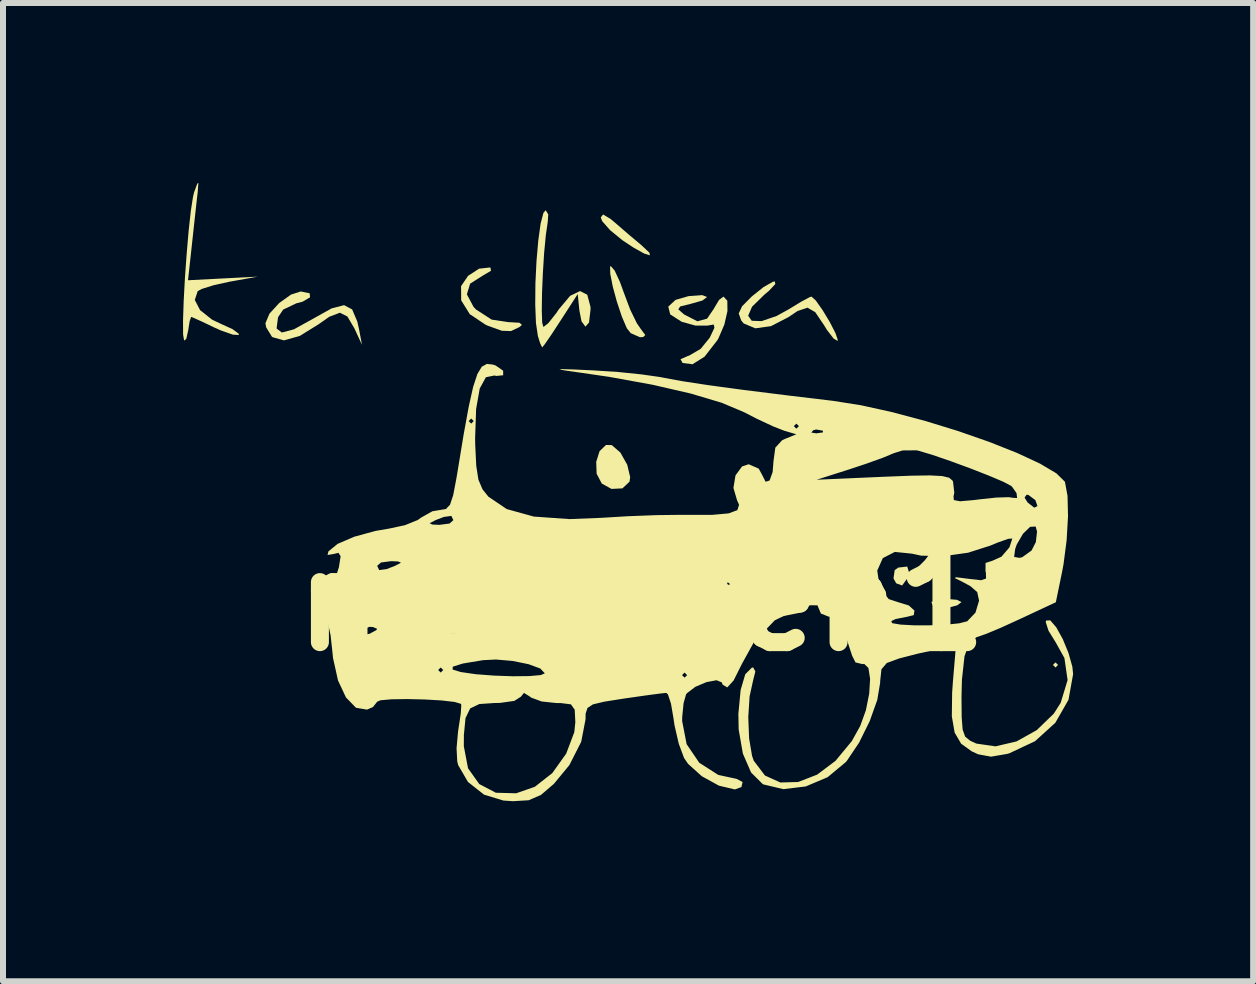
<source format=kicad_pcb>
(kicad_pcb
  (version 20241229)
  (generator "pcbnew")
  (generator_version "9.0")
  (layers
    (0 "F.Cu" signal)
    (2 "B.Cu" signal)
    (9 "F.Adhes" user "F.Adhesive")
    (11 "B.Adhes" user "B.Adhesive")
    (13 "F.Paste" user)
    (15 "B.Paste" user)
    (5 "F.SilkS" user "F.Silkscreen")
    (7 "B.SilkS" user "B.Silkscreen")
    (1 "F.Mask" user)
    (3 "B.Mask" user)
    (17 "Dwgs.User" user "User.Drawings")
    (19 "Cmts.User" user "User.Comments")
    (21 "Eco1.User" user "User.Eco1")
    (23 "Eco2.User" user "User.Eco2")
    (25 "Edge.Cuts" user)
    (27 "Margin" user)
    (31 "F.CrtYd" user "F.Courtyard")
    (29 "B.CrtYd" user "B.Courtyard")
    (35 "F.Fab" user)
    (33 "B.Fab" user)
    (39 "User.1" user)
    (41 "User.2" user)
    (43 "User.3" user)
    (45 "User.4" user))
  (footprint "maqueen1"
    (layer "F.Cu")
    (at 7.638 6.972)
    (property "Reference" "maqueen1" (at 0 0 0) (layer "F.SilkS") (effects (font (size 1.5 1.5) (thickness 0.3))))
    (attr board_only exclude_from_pos_files exclude_from_bom)
    (fp_poly (pts (xy 6.943 1.058) (xy 6.9 1.101) (xy 6.858 1.058) (xy 6.9 1.016)) (stroke (width 0) (type solid)) (fill yes) (layer "F.SilkS"))
    (fp_poly (pts (xy 4.462 -0.476) (xy 4.438 -0.393) (xy 4.345 -0.266) (xy 4.246 -0.302) (xy 4.201 -0.384) (xy 4.221 -0.522) (xy 4.281 -0.564) (xy 4.43 -0.581)) (stroke (width 0) (type solid)) (fill yes) (layer "F.SilkS"))
    (fp_poly (pts (xy 5.258 -0.027) (xy 5.334 0.011) (xy 5.334 0.011) (xy 5.263 0.065) (xy 5.106 0.107) (xy 4.945 0.121) (xy 4.87 0.101) (xy 4.832 0.009) (xy 4.951 -0.036) (xy 5.08 -0.042)) (stroke (width 0) (type solid)) (fill yes) (layer "F.SilkS"))
    (fp_poly (pts (xy -0.494 -2.605) (xy -0.351 -2.482) (xy -0.236 -2.278) (xy -0.187 -2.072) (xy -0.198 -1.995) (xy -0.316 -1.884) (xy -0.499 -1.875) (xy -0.66 -1.964) (xy -0.746 -2.128) (xy -0.753 -2.326) (xy -0.697 -2.504) (xy -0.59 -2.607)) (stroke (width 0) (type solid)) (fill yes) (layer "F.SilkS"))
    (fp_poly (pts (xy -0.514 -6.374) (xy -0.445 -6.316) (xy -0.217 -6.119) (xy 0 -5.937) (xy 0.133 -5.812) (xy 0.142 -5.767) (xy 0.046 -5.797) (xy -0.131 -5.896) (xy -0.318 -6.02) (xy -0.522 -6.187) (xy -0.653 -6.336) (xy -0.677 -6.398) (xy -0.639 -6.448)) (stroke (width 0) (type solid)) (fill yes) (layer "F.SilkS"))
    (fp_poly (pts (xy -0.446 -5.514) (xy -0.358 -5.325) (xy -0.292 -5.144) (xy -0.187 -4.864) (xy -0.076 -4.636) (xy -0.018 -4.551) (xy 0.065 -4.439) (xy 0.028 -4.405) (xy -0.026 -4.403) (xy -0.177 -4.47) (xy -0.242 -4.551) (xy -0.326 -4.747) (xy -0.409 -4.996) (xy -0.478 -5.25) (xy -0.519 -5.461) (xy -0.522 -5.578) (xy -0.51 -5.588)) (stroke (width 0) (type solid)) (fill yes) (layer "F.SilkS"))
    (fp_poly (pts (xy -2.514 -5.561) (xy -2.507 -5.509) (xy -2.63 -5.437) (xy -2.634 -5.435) (xy -2.854 -5.295) (xy -2.908 -5.117) (xy -2.797 -4.908) (xy -2.755 -4.864) (xy -2.495 -4.696) (xy -2.226 -4.655) (xy -2.032 -4.644) (xy -1.99 -4.608) (xy -2.032 -4.572) (xy -2.173 -4.505) (xy -2.325 -4.51) (xy -2.551 -4.591) (xy -2.597 -4.611) (xy -2.86 -4.787) (xy -3.003 -5.017) (xy -3.005 -5.253) (xy -2.888 -5.426) (xy -2.704 -5.545) (xy -2.524 -5.565)) (stroke (width 0) (type solid)) (fill yes) (layer "F.SilkS"))
    (fp_poly (pts (xy -5.528 -5.135) (xy -5.521 -5.068) (xy -5.645 -4.995) (xy -5.751 -4.967) (xy -5.969 -4.863) (xy -6.055 -4.736) (xy -6.079 -4.548) (xy -5.992 -4.481) (xy -5.791 -4.534) (xy -5.474 -4.709) (xy -5.471 -4.711) (xy -5.162 -4.883) (xy -4.954 -4.937) (xy -4.82 -4.866) (xy -4.734 -4.664) (xy -4.704 -4.53) (xy -4.656 -4.276) (xy -4.783 -4.551) (xy -4.899 -4.748) (xy -5.024 -4.811) (xy -5.2 -4.744) (xy -5.378 -4.619) (xy -5.693 -4.424) (xy -5.957 -4.35) (xy -6.146 -4.403) (xy -6.16 -4.416) (xy -6.253 -4.568) (xy -6.265 -4.635) (xy -6.198 -4.795) (xy -6.036 -4.972) (xy -5.839 -5.113) (xy -5.677 -5.165)) (stroke (width 0) (type solid)) (fill yes) (layer "F.SilkS"))
    (fp_poly (pts (xy 1.094 -5.073) (xy 1.019 -5.015) (xy 0.826 -4.96) (xy 0.647 -4.915) (xy 0.614 -4.868) (xy 0.708 -4.785) (xy 0.715 -4.78) (xy 0.933 -4.668) (xy 1.095 -4.712) (xy 1.201 -4.868) (xy 1.294 -5.024) (xy 1.368 -5.08) (xy 1.432 -5.011) (xy 1.434 -4.838) (xy 1.382 -4.612) (xy 1.283 -4.382) (xy 1.262 -4.348) (xy 1.053 -4.079) (xy 0.852 -3.952) (xy 0.686 -3.974) (xy 0.652 -4.036) (xy 0.779 -4.092) (xy 0.795 -4.096) (xy 0.988 -4.209) (xy 1.139 -4.395) (xy 1.217 -4.56) (xy 1.206 -4.614) (xy 1.098 -4.596) (xy 0.903 -4.596) (xy 0.673 -4.659) (xy 0.48 -4.783) (xy 0.448 -4.913) (xy 0.57 -5.025) (xy 0.784 -5.087) (xy 1.014 -5.104)) (stroke (width 0) (type solid)) (fill yes) (layer "F.SilkS"))
    (fp_poly (pts (xy 2.231 -5.288) (xy 2.126 -5.176) (xy 2.053 -5.115) (xy 1.844 -4.911) (xy 1.779 -4.761) (xy 1.838 -4.677) (xy 2.003 -4.671) (xy 2.252 -4.756) (xy 2.455 -4.868) (xy 2.662 -4.994) (xy 2.804 -5.07) (xy 2.834 -5.08) (xy 2.906 -5.015) (xy 3.019 -4.855) (xy 3.139 -4.656) (xy 3.234 -4.471) (xy 3.273 -4.355) (xy 3.269 -4.342) (xy 3.204 -4.379) (xy 3.092 -4.524) (xy 3.043 -4.604) (xy 2.897 -4.82) (xy 2.768 -4.895) (xy 2.602 -4.839) (xy 2.448 -4.736) (xy 2.159 -4.587) (xy 1.898 -4.551) (xy 1.703 -4.633) (xy 1.663 -4.683) (xy 1.622 -4.799) (xy 1.678 -4.919) (xy 1.843 -5.085) (xy 2.035 -5.238) (xy 2.188 -5.325) (xy 2.224 -5.333)) (stroke (width 0) (type solid)) (fill yes) (layer "F.SilkS"))
    (fp_poly (pts (xy -1.552 -6.45) (xy -1.56 -6.329) (xy -1.592 -6.106) (xy -1.621 -5.805) (xy -1.642 -5.467) (xy -1.656 -5.133) (xy -1.66 -4.845) (xy -1.653 -4.645) (xy -1.633 -4.573) (xy -1.55 -4.638) (xy -1.421 -4.801) (xy -1.375 -4.869) (xy -1.188 -5.092) (xy -1.023 -5.172) (xy -0.902 -5.111) (xy -0.848 -4.909) (xy -0.847 -4.868) (xy -0.873 -4.647) (xy -0.933 -4.579) (xy -0.998 -4.668) (xy -1.033 -4.847) (xy -1.061 -5.122) (xy -1.348 -4.678) (xy -1.499 -4.447) (xy -1.61 -4.286) (xy -1.654 -4.233) (xy -1.688 -4.304) (xy -1.725 -4.424) (xy -1.757 -4.639) (xy -1.769 -4.945) (xy -1.766 -5.302) (xy -1.748 -5.672) (xy -1.718 -6.017) (xy -1.679 -6.298) (xy -1.632 -6.476) (xy -1.595 -6.519)) (stroke (width 0) (type solid)) (fill yes) (layer "F.SilkS"))
    (fp_poly (pts (xy -7.393 -6.827) (xy -7.404 -6.731) (xy -7.435 -6.453) (xy -7.473 -6.102) (xy -7.498 -5.872) (xy -7.555 -5.352) (xy -6.974 -5.382) (xy -6.392 -5.412) (xy -6.856 -5.329) (xy -7.126 -5.27) (xy -7.326 -5.207) (xy -7.393 -5.171) (xy -7.442 -5.024) (xy -7.354 -4.854) (xy -7.153 -4.695) (xy -7.01 -4.627) (xy -6.811 -4.536) (xy -6.71 -4.461) (xy -6.708 -4.44) (xy -6.806 -4.445) (xy -6.999 -4.512) (xy -7.12 -4.566) (xy -7.336 -4.669) (xy -7.477 -4.732) (xy -7.503 -4.741) (xy -7.528 -4.669) (xy -7.551 -4.522) (xy -7.584 -4.375) (xy -7.62 -4.346) (xy -7.637 -4.449) (xy -7.638 -4.683) (xy -7.627 -5.011) (xy -7.606 -5.395) (xy -7.577 -5.797) (xy -7.544 -6.181) (xy -7.508 -6.508) (xy -7.472 -6.741) (xy -7.454 -6.816) (xy -7.4 -6.964) (xy -7.382 -6.972)) (stroke (width 0) (type solid)) (fill yes) (layer "F.SilkS"))
    (fp_poly (pts (xy -2.475 -3.947) (xy -2.428 -3.931) (xy -2.304 -3.845) (xy -2.303 -3.769) (xy -2.419 -3.757) (xy -2.448 -3.765) (xy -2.591 -3.736) (xy -2.694 -3.548) (xy -2.754 -3.207) (xy -2.771 -2.721) (xy -2.769 -2.61) (xy -2.752 -2.26) (xy -2.716 -2.029) (xy -2.648 -1.869) (xy -2.55 -1.746) (xy -2.244 -1.539) (xy -1.793 -1.414) (xy -1.197 -1.372) (xy -0.668 -1.393) (xy -0.222 -1.42) (xy 0.25 -1.438) (xy 0.661 -1.443) (xy 0.743 -1.442) (xy 1.174 -1.442) (xy 1.453 -1.467) (xy 1.599 -1.521) (xy 1.628 -1.61) (xy 1.594 -1.686) (xy 1.534 -1.891) (xy 1.568 -2.1) (xy 1.677 -2.249) (xy 1.788 -2.286) (xy 1.955 -2.213) (xy 2.007 -2.118) (xy 2.07 -1.994) (xy 2.136 -2.015) (xy 2.141 -2.028) (xy 2.921 -2.028) (xy 4.032 -2.077) (xy 4.492 -2.095) (xy 4.81 -2.1) (xy 5.013 -2.089) (xy 5.129 -2.061) (xy 5.184 -2.014) (xy 5.193 -1.995) (xy 5.214 -1.812) (xy 5.201 -1.749) (xy 5.207 -1.689) (xy 5.31 -1.669) (xy 5.54 -1.689) (xy 5.643 -1.702) (xy 5.917 -1.731) (xy 6.122 -1.737) (xy 6.197 -1.726) (xy 6.261 -1.723) (xy 6.26 -1.73) (xy 6.385 -1.73) (xy 6.436 -1.649) (xy 6.547 -1.562) (xy 6.6 -1.589) (xy 6.565 -1.688) (xy 6.45 -1.774) (xy 6.419 -1.778) (xy 6.385 -1.73) (xy 6.26 -1.73) (xy 6.251 -1.805) (xy 6.178 -1.909) (xy 6.16 -1.926) (xy 6.031 -1.994) (xy 5.788 -2.097) (xy 5.479 -2.218) (xy 5.149 -2.339) (xy 4.846 -2.443) (xy 4.618 -2.511) (xy 4.587 -2.518) (xy 4.352 -2.516) (xy 4.206 -2.47) (xy 4.031 -2.397) (xy 3.756 -2.298) (xy 3.471 -2.203) (xy 2.921 -2.028) (xy 2.141 -2.028) (xy 2.187 -2.156) (xy 2.201 -2.336) (xy 2.232 -2.563) (xy 2.344 -2.685) (xy 2.392 -2.708) (xy 2.582 -2.785) (xy 2.484 -2.814) (xy 2.831 -2.814) (xy 2.914 -2.801) (xy 3.024 -2.816) (xy 3.025 -2.845) (xy 2.912 -2.865) (xy 2.863 -2.852) (xy 2.831 -2.814) (xy 2.484 -2.814) (xy 2.379 -2.845) (xy 2.195 -2.917) (xy 2.187 -2.921) (xy 2.54 -2.921) (xy 2.582 -2.879) (xy 2.625 -2.921) (xy 2.582 -2.963) (xy 2.54 -2.921) (xy 2.187 -2.921) (xy 1.929 -3.041) (xy 1.712 -3.153) (xy 1.339 -3.31) (xy 0.823 -3.464) (xy 0.189 -3.61) (xy -0.536 -3.742) (xy -1.016 -3.812) (xy -1.258 -3.846) (xy -1.366 -3.865) (xy -1.331 -3.871) (xy -1.144 -3.866) (xy -0.797 -3.85) (xy -0.787 -3.849) (xy -0.385 -3.823) (xy 0.004 -3.783) (xy 0.312 -3.739) (xy 0.383 -3.725) (xy 0.669 -3.672) (xy 1.114 -3.604) (xy 1.706 -3.524) (xy 2.435 -3.433) (xy 3.197 -3.342) (xy 3.664 -3.268) (xy 4.185 -3.153) (xy 4.732 -3.007) (xy 5.278 -2.839) (xy 5.797 -2.658) (xy 6.261 -2.474) (xy 6.643 -2.296) (xy 6.916 -2.134) (xy 7.054 -1.998) (xy 7.059 -1.987) (xy 7.101 -1.758) (xy 7.109 -1.418) (xy 7.086 -1.018) (xy 7.033 -0.612) (xy 7.009 -0.485) (xy 6.906 0.014) (xy 6.287 0.303) (xy 5.989 0.439) (xy 5.747 0.54) (xy 5.605 0.59) (xy 5.589 0.593) (xy 5.468 0.674) (xy 5.384 0.915) (xy 5.341 1.307) (xy 5.334 1.593) (xy 5.337 1.929) (xy 5.353 2.135) (xy 5.395 2.253) (xy 5.478 2.321) (xy 5.583 2.369) (xy 5.9 2.415) (xy 6.251 2.333) (xy 6.589 2.144) (xy 6.872 1.87) (xy 6.987 1.69) (xy 7.102 1.31) (xy 7.049 0.943) (xy 6.903 0.681) (xy 6.784 0.488) (xy 6.738 0.345) (xy 6.743 0.319) (xy 6.813 0.315) (xy 6.913 0.431) (xy 7.021 0.626) (xy 7.117 0.859) (xy 7.181 1.087) (xy 7.194 1.211) (xy 7.117 1.639) (xy 6.898 2.022) (xy 6.56 2.329) (xy 6.13 2.531) (xy 6.094 2.541) (xy 5.826 2.587) (xy 5.611 2.547) (xy 5.506 2.499) (xy 5.328 2.371) (xy 5.22 2.186) (xy 5.173 1.915) (xy 5.178 1.522) (xy 5.191 1.337) (xy 5.241 0.745) (xy 4.928 0.801) (xy 4.62 0.867) (xy 4.307 0.947) (xy 4.297 0.95) (xy 4.089 1.026) (xy 4 1.131) (xy 3.979 1.325) (xy 3.979 1.352) (xy 3.931 1.64) (xy 3.804 1.996) (xy 3.627 2.354) (xy 3.426 2.653) (xy 3.405 2.678) (xy 3.103 2.929) (xy 2.739 3.083) (xy 2.366 3.128) (xy 2.036 3.05) (xy 2.019 3.041) (xy 1.828 2.851) (xy 1.691 2.536) (xy 1.621 2.135) (xy 1.616 1.873) (xy 1.654 1.474) (xy 1.731 1.213) (xy 1.841 1.103) (xy 1.864 1.101) (xy 1.899 1.168) (xy 1.861 1.318) (xy 1.803 1.583) (xy 1.781 1.929) (xy 1.795 2.283) (xy 1.844 2.573) (xy 1.872 2.654) (xy 2.059 2.901) (xy 2.315 3.017) (xy 2.613 3.009) (xy 2.929 2.886) (xy 3.235 2.656) (xy 3.506 2.328) (xy 3.647 2.074) (xy 3.741 1.813) (xy 3.796 1.538) (xy 3.811 1.289) (xy 3.783 1.109) (xy 3.712 1.04) (xy 3.687 1.045) (xy 3.568 1.017) (xy 3.512 0.906) (xy 3.395 0.549) (xy 3.281 0.34) (xy 3.157 0.257) (xy 3.122 0.254) (xy 2.991 0.202) (xy 2.963 0.135) (xy 2.934 0.065) (xy 2.819 0.064) (xy 2.646 0.107) (xy 2.223 0.315) (xy 1.881 0.668) (xy 1.677 1.037) (xy 1.537 1.317) (xy 1.431 1.433) (xy 1.354 1.387) (xy 1.339 1.349) (xy 1.252 1.313) (xy 1.084 1.345) (xy 0.899 1.423) (xy 0.761 1.528) (xy 0.744 1.55) (xy 0.703 1.695) (xy 0.68 1.928) (xy 0.679 1.993) (xy 0.754 2.379) (xy 0.964 2.688) (xy 1.281 2.891) (xy 1.587 2.957) (xy 1.686 3.009) (xy 1.667 3.093) (xy 1.558 3.133) (xy 1.292 3.07) (xy 1.007 2.913) (xy 0.778 2.707) (xy 0.711 2.609) (xy 0.623 2.372) (xy 0.552 2.065) (xy 0.534 1.943) (xy 0.493 1.703) (xy 0.443 1.551) (xy 0.415 1.524) (xy 0.303 1.536) (xy 0.07 1.567) (xy -0.237 1.611) (xy -0.293 1.619) (xy -0.616 1.67) (xy -0.806 1.715) (xy -0.898 1.775) (xy -0.929 1.868) (xy -0.931 1.966) (xy -1.003 2.339) (xy -1.2 2.727) (xy -1.457 3.039) (xy -1.673 3.224) (xy -1.877 3.313) (xy -2.14 3.329) (xy -2.3 3.318) (xy -2.622 3.22) (xy -2.89 3.008) (xy -3.053 2.728) (xy -3.069 2.664) (xy -3.08 2.445) (xy -3.077 2.413) (xy -2.959 2.413) (xy -2.889 2.78) (xy -2.702 3.043) (xy -2.425 3.188) (xy -2.087 3.197) (xy -1.776 3.089) (xy -1.485 2.861) (xy -1.253 2.536) (xy -1.118 2.179) (xy -1.101 2.012) (xy -1.111 1.805) (xy -1.174 1.715) (xy -1.341 1.694) (xy -1.422 1.693) (xy -1.663 1.667) (xy -1.839 1.602) (xy -1.856 1.587) (xy -1.957 1.524) (xy -2.007 1.587) (xy -2.116 1.657) (xy -2.355 1.691) (xy -2.453 1.693) (xy -2.701 1.71) (xy -2.853 1.783) (xy -2.931 1.944) (xy -2.958 2.225) (xy -2.959 2.413) (xy -3.077 2.413) (xy -3.055 2.165) (xy -3.044 2.095) (xy -3.01 1.869) (xy -3.001 1.727) (xy -3.006 1.707) (xy -3.113 1.675) (xy -3.329 1.65) (xy -3.609 1.634) (xy -3.904 1.627) (xy -4.166 1.631) (xy -4.348 1.647) (xy -4.403 1.671) (xy -4.473 1.76) (xy -4.572 1.803) (xy -4.756 1.772) (xy -4.923 1.6) (xy -5.056 1.316) (xy -5.094 1.143) (xy -3.387 1.143) (xy -3.344 1.185) (xy -3.302 1.143) (xy -3.309 1.136) (xy -3.145 1.136) (xy -3.008 1.177) (xy -2.759 1.213) (xy -2.456 1.236) (xy -2.144 1.247) (xy -1.869 1.244) (xy -1.686 1.228) (xy 0.677 1.228) (xy 0.72 1.27) (xy 0.762 1.228) (xy 0.72 1.185) (xy 0.677 1.228) (xy -1.686 1.228) (xy -1.676 1.227) (xy -1.609 1.198) (xy -1.685 1.118) (xy -1.88 1.046) (xy -2.144 0.992) (xy -2.425 0.968) (xy -2.641 0.979) (xy -2.976 1.035) (xy -3.144 1.088) (xy -3.145 1.136) (xy -3.309 1.136) (xy -3.344 1.101) (xy -3.387 1.143) (xy -5.094 1.143) (xy -5.138 0.948) (xy -5.15 0.83) (xy -5.179 0.567) (xy -3.334 0.567) (xy -3.217 0.579) (xy -3.097 0.566) (xy -3.111 0.537) (xy -3.285 0.525) (xy -3.323 0.537) (xy -3.334 0.567) (xy -5.179 0.567) (xy -5.181 0.556) (xy -5.192 0.505) (xy -4.657 0.505) (xy -4.595 0.552) (xy -4.53 0.539) (xy -4.418 0.479) (xy -4.403 0.457) (xy -4.472 0.427) (xy -4.53 0.423) (xy -4.642 0.468) (xy -4.657 0.505) (xy -5.192 0.505) (xy -5.224 0.358) (xy -5.26 0.29) (xy -5.33 0.161) (xy -5.299 -0.028) (xy -5.216 -0.163) (xy -5.15 -0.279) (xy 1.238 -0.279) (xy 1.355 -0.267) (xy 1.475 -0.281) (xy 1.46 -0.31) (xy 1.287 -0.321) (xy 1.249 -0.31) (xy 1.238 -0.279) (xy -5.15 -0.279) (xy -5.116 -0.339) (xy -5.059 -0.513) (xy 3.93 -0.513) (xy 3.973 -0.229) (xy 4.121 -0.039) (xy 4.286 0.015) (xy 4.457 0.068) (xy 4.55 0.152) (xy 4.539 0.228) (xy 4.431 0.255) (xy 4.235 0.294) (xy 4.164 0.328) (xy 4.178 0.362) (xy 4.318 0.386) (xy 4.542 0.398) (xy 4.808 0.398) (xy 5.073 0.388) (xy 5.294 0.365) (xy 5.429 0.331) (xy 5.429 0.331) (xy 5.567 0.187) (xy 5.627 -0.013) (xy 5.596 -0.156) (xy 5.482 -0.255) (xy 5.332 -0.336) (xy 5.22 -0.39) (xy 5.246 -0.403) (xy 5.422 -0.381) (xy 5.451 -0.377) (xy 5.66 -0.353) (xy 5.743 -0.381) (xy 5.741 -0.477) (xy 5.734 -0.502) (xy 5.735 -0.641) (xy 5.847 -0.677) (xy 5.992 -0.742) (xy 6.211 -0.742) (xy 6.299 -0.726) (xy 6.347 -0.737) (xy 6.501 -0.848) (xy 6.573 -0.988) (xy 6.593 -1.164) (xy 6.57 -1.248) (xy 6.478 -1.243) (xy 6.359 -1.128) (xy 6.254 -0.947) (xy 6.229 -0.875) (xy 6.211 -0.742) (xy 5.992 -0.742) (xy 6 -0.746) (xy 6.133 -0.901) (xy 6.181 -1.048) (xy 6.112 -1.043) (xy 5.937 -0.981) (xy 5.82 -0.932) (xy 5.445 -0.812) (xy 5.034 -0.754) (xy 4.66 -0.763) (xy 4.508 -0.796) (xy 4.223 -0.825) (xy 4.022 -0.721) (xy 3.93 -0.513) (xy -5.059 -0.513) (xy -5.04 -0.571) (xy -5.037 -0.593) (xy -4.403 -0.593) (xy -4.369 -0.522) (xy -4.244 -0.539) (xy -4.106 -0.593) (xy -4.006 -0.645) (xy -4.053 -0.666) (xy -4.17 -0.671) (xy -4.339 -0.649) (xy -4.403 -0.593) (xy -5.037 -0.593) (xy -5.012 -0.753) (xy -5.048 -0.81) (xy -5.13 -0.79) (xy -5.23 -0.774) (xy -5.215 -0.834) (xy -5.062 -0.959) (xy -4.786 -1.078) (xy -4.43 -1.175) (xy -4.207 -1.213) (xy -3.938 -1.271) (xy -3.86 -1.303) (xy -3.529 -1.303) (xy -3.483 -1.281) (xy -3.365 -1.276) (xy -3.197 -1.298) (xy -3.133 -1.355) (xy -3.167 -1.425) (xy -3.291 -1.408) (xy -3.429 -1.355) (xy -3.529 -1.303) (xy -3.86 -1.303) (xy -3.728 -1.356) (xy -3.672 -1.396) (xy -3.484 -1.502) (xy -3.355 -1.524) (xy -3.257 -1.54) (xy -3.189 -1.611) (xy -3.136 -1.771) (xy -3.082 -2.054) (xy -3.061 -2.18) (xy -2.961 -2.788) (xy -2.921 -3.006) (xy -2.879 -3.006) (xy -2.836 -2.963) (xy -2.794 -3.006) (xy -2.836 -3.048) (xy -2.879 -3.006) (xy -2.921 -3.006) (xy -2.877 -3.246) (xy -2.804 -3.574) (xy -2.733 -3.79) (xy -2.66 -3.911) (xy -2.575 -3.958)) (stroke (width 0) (type solid)) (fill yes) (layer "F.SilkS")))
  (gr_rect
    (start -3 -3)
    (end 17.832 13.301)
    (stroke (width 0.1) (type default))
    (fill no)
    (layer "Edge.Cuts")))
</source>
